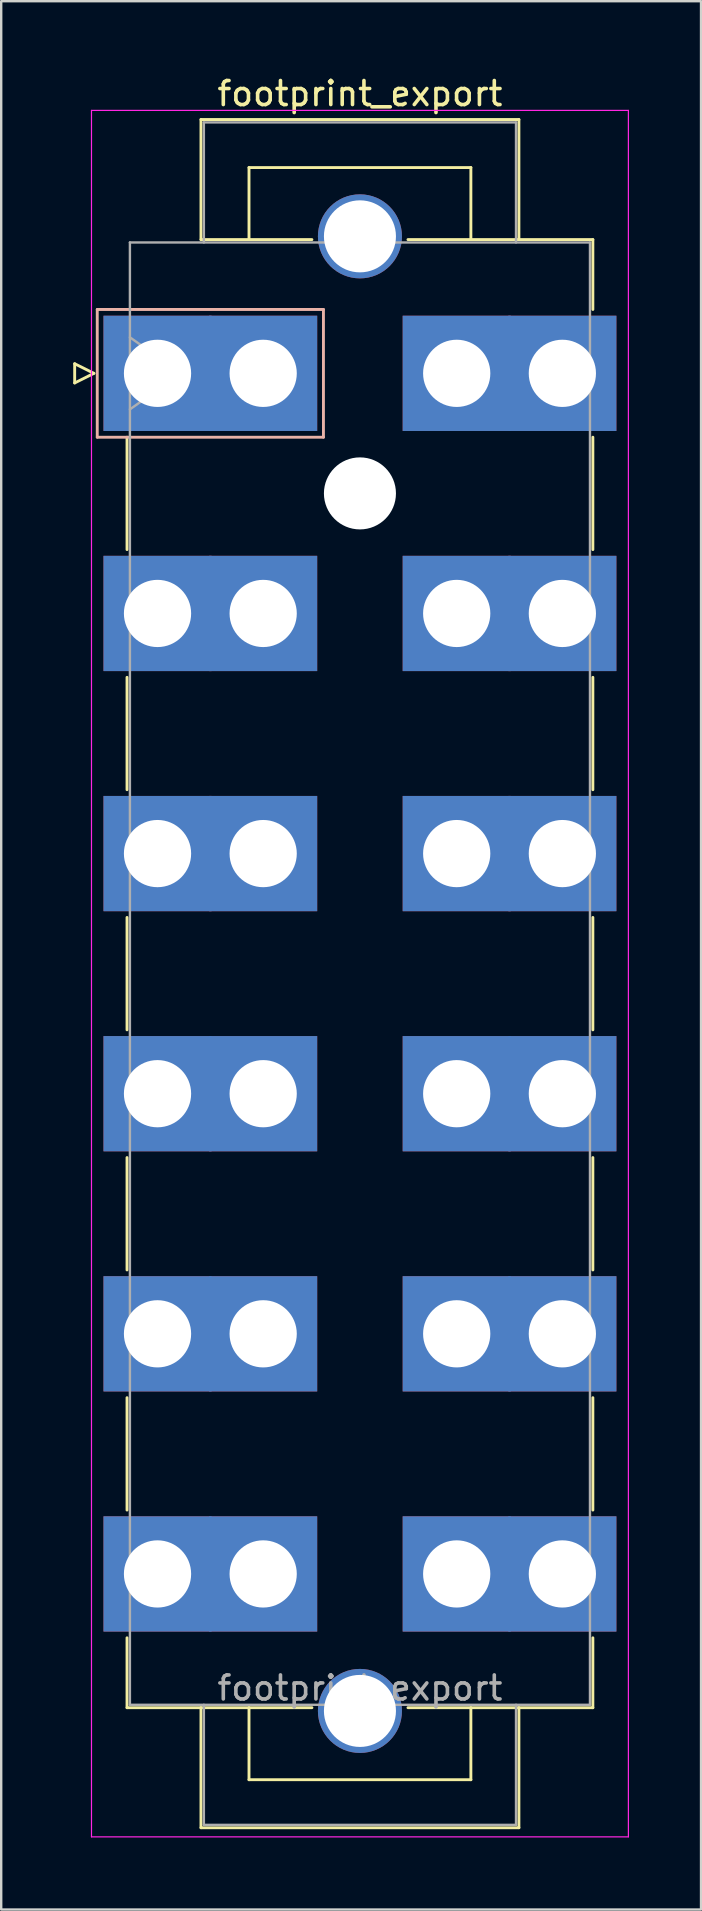
<source format=kicad_pcb>
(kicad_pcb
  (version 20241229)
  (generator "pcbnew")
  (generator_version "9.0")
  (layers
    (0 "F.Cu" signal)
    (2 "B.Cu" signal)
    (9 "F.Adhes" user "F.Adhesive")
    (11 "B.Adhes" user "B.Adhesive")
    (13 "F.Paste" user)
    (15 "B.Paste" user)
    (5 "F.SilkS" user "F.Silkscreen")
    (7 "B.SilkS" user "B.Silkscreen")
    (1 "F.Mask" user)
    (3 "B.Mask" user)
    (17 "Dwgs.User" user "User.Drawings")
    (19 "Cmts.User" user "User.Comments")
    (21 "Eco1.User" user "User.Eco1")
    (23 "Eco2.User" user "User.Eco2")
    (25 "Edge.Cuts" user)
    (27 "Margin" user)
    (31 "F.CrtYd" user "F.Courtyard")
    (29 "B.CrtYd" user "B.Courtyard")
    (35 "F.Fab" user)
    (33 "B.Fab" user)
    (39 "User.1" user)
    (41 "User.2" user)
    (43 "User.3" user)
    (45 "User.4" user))
  (footprint "footprint_export"
    (layer "F.Cu")
    (at 3.51 12.498)
    (property "Reference" "footprint_export" (at 8.43 -11.65 0) (layer "F.SilkS") (effects (font (size 1 1) (thickness 0.15))))
    (attr through_hole)
    (fp_line (start -3.45 -0.4) (end -3.45 0.4) (stroke (width 0.12) (type solid)) (layer "F.SilkS"))
    (fp_line (start -3.45 0.4) (end -2.65 0) (stroke (width 0.12) (type solid)) (layer "F.SilkS"))
    (fp_line (start -2.65 0) (end -3.45 -0.4) (stroke (width 0.12) (type solid)) (layer "F.SilkS"))
    (fp_line (start -1.27 2.66) (end -1.27 7.34) (stroke (width 0.12) (type solid)) (layer "F.SilkS"))
    (fp_line (start -1.27 12.66) (end -1.27 17.34) (stroke (width 0.12) (type solid)) (layer "F.SilkS"))
    (fp_line (start -1.27 22.66) (end -1.27 27.34) (stroke (width 0.12) (type solid)) (layer "F.SilkS"))
    (fp_line (start -1.27 32.66) (end -1.27 37.34) (stroke (width 0.12) (type solid)) (layer "F.SilkS"))
    (fp_line (start -1.27 42.66) (end -1.27 47.34) (stroke (width 0.12) (type solid)) (layer "F.SilkS"))
    (fp_line (start -1.27 52.66) (end -1.27 55.57) (stroke (width 0.12) (type solid)) (layer "F.SilkS"))
    (fp_line (start -1.27 55.57) (end 6.43 55.57) (stroke (width 0.12) (type solid)) (layer "F.SilkS"))
    (fp_line (start 1.81 -10.57) (end 15.05 -10.57) (stroke (width 0.12) (type solid)) (layer "F.SilkS"))
    (fp_line (start 1.81 -5.57) (end 1.81 -10.57) (stroke (width 0.12) (type solid)) (layer "F.SilkS"))
    (fp_line (start 1.81 55.57) (end 1.81 60.57) (stroke (width 0.12) (type solid)) (layer "F.SilkS"))
    (fp_line (start 1.81 60.57) (end 15.05 60.57) (stroke (width 0.12) (type solid)) (layer "F.SilkS"))
    (fp_line (start 3.81 -8.57) (end 13.05 -8.57) (stroke (width 0.12) (type solid)) (layer "F.SilkS"))
    (fp_line (start 3.81 -5.57) (end 3.81 -8.57) (stroke (width 0.12) (type solid)) (layer "F.SilkS"))
    (fp_line (start 3.81 55.57) (end 3.81 58.57) (stroke (width 0.12) (type solid)) (layer "F.SilkS"))
    (fp_line (start 3.81 58.57) (end 13.05 58.57) (stroke (width 0.12) (type solid)) (layer "F.SilkS"))
    (fp_line (start 6.43 -5.57) (end 1.81 -5.57) (stroke (width 0.12) (type solid)) (layer "F.SilkS"))
    (fp_line (start 13.05 -8.57) (end 13.05 -5.57) (stroke (width 0.12) (type solid)) (layer "F.SilkS"))
    (fp_line (start 13.05 58.57) (end 13.05 55.57) (stroke (width 0.12) (type solid)) (layer "F.SilkS"))
    (fp_line (start 15.05 -10.57) (end 15.05 -5.57) (stroke (width 0.12) (type solid)) (layer "F.SilkS"))
    (fp_line (start 15.05 60.57) (end 15.05 55.57) (stroke (width 0.12) (type solid)) (layer "F.SilkS"))
    (fp_line (start 18.13 -5.57) (end 10.43 -5.57) (stroke (width 0.12) (type solid)) (layer "F.SilkS"))
    (fp_line (start 18.13 -2.66) (end 18.13 -5.57) (stroke (width 0.12) (type solid)) (layer "F.SilkS"))
    (fp_line (start 18.13 2.66) (end 18.13 7.34) (stroke (width 0.12) (type solid)) (layer "F.SilkS"))
    (fp_line (start 18.13 12.66) (end 18.13 17.34) (stroke (width 0.12) (type solid)) (layer "F.SilkS"))
    (fp_line (start 18.13 22.66) (end 18.13 27.34) (stroke (width 0.12) (type solid)) (layer "F.SilkS"))
    (fp_line (start 18.13 32.66) (end 18.13 37.34) (stroke (width 0.12) (type solid)) (layer "F.SilkS"))
    (fp_line (start 18.13 42.66) (end 18.13 47.34) (stroke (width 0.12) (type solid)) (layer "F.SilkS"))
    (fp_line (start 18.13 52.66) (end 18.13 55.57) (stroke (width 0.12) (type solid)) (layer "F.SilkS"))
    (fp_line (start 18.13 55.57) (end 10.43 55.57) (stroke (width 0.12) (type solid)) (layer "F.SilkS"))
    (fp_line (start -2.51 -2.66) (end -2.51 2.66) (stroke (width 0.12) (type solid)) (layer "B.SilkS"))
    (fp_line (start -2.51 2.66) (end 6.91 2.66) (stroke (width 0.12) (type solid)) (layer "B.SilkS"))
    (fp_line (start 6.91 -2.66) (end -2.51 -2.66) (stroke (width 0.12) (type solid)) (layer "B.SilkS"))
    (fp_line (start 6.91 2.66) (end 6.91 -2.66) (stroke (width 0.12) (type solid)) (layer "B.SilkS"))
    (fp_line (start -2.75 -10.95) (end -2.75 60.95) (stroke (width 0.05) (type solid)) (layer "F.CrtYd"))
    (fp_line (start -2.75 60.95) (end 19.61 60.95) (stroke (width 0.05) (type solid)) (layer "F.CrtYd"))
    (fp_line (start 19.61 -10.95) (end -2.75 -10.95) (stroke (width 0.05) (type solid)) (layer "F.CrtYd"))
    (fp_line (start 19.61 60.95) (end 19.61 -10.95) (stroke (width 0.05) (type solid)) (layer "F.CrtYd"))
    (fp_line (start -1.15 -5.45) (end -1.15 55.45) (stroke (width 0.1) (type solid)) (layer "F.Fab"))
    (fp_line (start -1.15 -1.5) (end 0.971 0) (stroke (width 0.1) (type solid)) (layer "F.Fab"))
    (fp_line (start -1.15 55.45) (end 18.01 55.45) (stroke (width 0.1) (type solid)) (layer "F.Fab"))
    (fp_line (start 0.971 0) (end -1.15 1.5) (stroke (width 0.1) (type solid)) (layer "F.Fab"))
    (fp_line (start 1.93 -10.45) (end 14.93 -10.45) (stroke (width 0.1) (type solid)) (layer "F.Fab"))
    (fp_line (start 1.93 -5.45) (end 1.93 -10.45) (stroke (width 0.1) (type solid)) (layer "F.Fab"))
    (fp_line (start 1.93 55.45) (end 1.93 60.45) (stroke (width 0.1) (type solid)) (layer "F.Fab"))
    (fp_line (start 1.93 60.45) (end 14.93 60.45) (stroke (width 0.1) (type solid)) (layer "F.Fab"))
    (fp_line (start 14.93 -10.45) (end 14.93 -5.45) (stroke (width 0.1) (type solid)) (layer "F.Fab"))
    (fp_line (start 14.93 60.45) (end 14.93 55.45) (stroke (width 0.1) (type solid)) (layer "F.Fab"))
    (fp_line (start 18.01 -5.45) (end -1.15 -5.45) (stroke (width 0.1) (type solid)) (layer "F.Fab"))
    (fp_line (start 18.01 55.45) (end 18.01 -5.45) (stroke (width 0.1) (type solid)) (layer "F.Fab"))
    (fp_text user "${REFERENCE}" (at 8.43 54.75 0) (layer "F.Fab") (effects (font (size 1 1) (thickness 0.15))))
    (pad "" thru_hole circle (at 8.43 -5.705) (size 3.5 3.5) (drill 3) (layers "*.Cu" "*.Mask"))
    (pad "" np_thru_hole circle (at 8.43 5) (size 3 3) (drill 3) (layers "*.Cu" "*.Mask"))
    (pad "" thru_hole circle (at 8.43 55.705) (size 3.5 3.5) (drill 3) (layers "*.Cu" "*.Mask"))
    (pad "1" thru_hole rect (at 0 0) (size 4.5 4.8) (drill 2.8) (layers "*.Cu" "*.Mask"))
    (pad "1" thru_hole rect (at 4.4 0) (size 4.5 4.8) (drill 2.8) (layers "*.Cu" "*.Mask"))
    (pad "2" thru_hole rect (at 0 10) (size 4.5 4.8) (drill 2.8) (layers "*.Cu" "*.Mask"))
    (pad "2" thru_hole rect (at 4.4 10) (size 4.5 4.8) (drill 2.8) (layers "*.Cu" "*.Mask"))
    (pad "3" thru_hole rect (at 0 20) (size 4.5 4.8) (drill 2.8) (layers "*.Cu" "*.Mask"))
    (pad "3" thru_hole rect (at 4.4 20) (size 4.5 4.8) (drill 2.8) (layers "*.Cu" "*.Mask"))
    (pad "4" thru_hole rect (at 0 30) (size 4.5 4.8) (drill 2.8) (layers "*.Cu" "*.Mask"))
    (pad "4" thru_hole rect (at 4.4 30) (size 4.5 4.8) (drill 2.8) (layers "*.Cu" "*.Mask"))
    (pad "5" thru_hole rect (at 0 40) (size 4.5 4.8) (drill 2.8) (layers "*.Cu" "*.Mask"))
    (pad "5" thru_hole rect (at 4.4 40) (size 4.5 4.8) (drill 2.8) (layers "*.Cu" "*.Mask"))
    (pad "6" thru_hole rect (at 0 50) (size 4.5 4.8) (drill 2.8) (layers "*.Cu" "*.Mask"))
    (pad "6" thru_hole rect (at 4.4 50) (size 4.5 4.8) (drill 2.8) (layers "*.Cu" "*.Mask"))
    (pad "7" thru_hole rect (at 12.46 0) (size 4.5 4.8) (drill 2.8) (layers "*.Cu" "*.Mask"))
    (pad "7" thru_hole rect (at 16.86 0) (size 4.5 4.8) (drill 2.8) (layers "*.Cu" "*.Mask"))
    (pad "8" thru_hole rect (at 12.46 10) (size 4.5 4.8) (drill 2.8) (layers "*.Cu" "*.Mask"))
    (pad "8" thru_hole rect (at 16.86 10) (size 4.5 4.8) (drill 2.8) (layers "*.Cu" "*.Mask"))
    (pad "9" thru_hole rect (at 12.46 20) (size 4.5 4.8) (drill 2.8) (layers "*.Cu" "*.Mask"))
    (pad "9" thru_hole rect (at 16.86 20) (size 4.5 4.8) (drill 2.8) (layers "*.Cu" "*.Mask"))
    (pad "10" thru_hole rect (at 12.46 30) (size 4.5 4.8) (drill 2.8) (layers "*.Cu" "*.Mask"))
    (pad "10" thru_hole rect (at 16.86 30) (size 4.5 4.8) (drill 2.8) (layers "*.Cu" "*.Mask"))
    (pad "11" thru_hole rect (at 12.46 40) (size 4.5 4.8) (drill 2.8) (layers "*.Cu" "*.Mask"))
    (pad "11" thru_hole rect (at 16.86 40) (size 4.5 4.8) (drill 2.8) (layers "*.Cu" "*.Mask"))
    (pad "12" thru_hole rect (at 12.46 50) (size 4.5 4.8) (drill 2.8) (layers "*.Cu" "*.Mask"))
    (pad "12" thru_hole rect (at 16.86 50) (size 4.5 4.8) (drill 2.8) (layers "*.Cu" "*.Mask")))
  (gr_rect
    (start -3 -3)
    (end 26.145 76.473)
    (stroke (width 0.1) (type default))
    (fill no)
    (layer "Edge.Cuts")))
</source>
